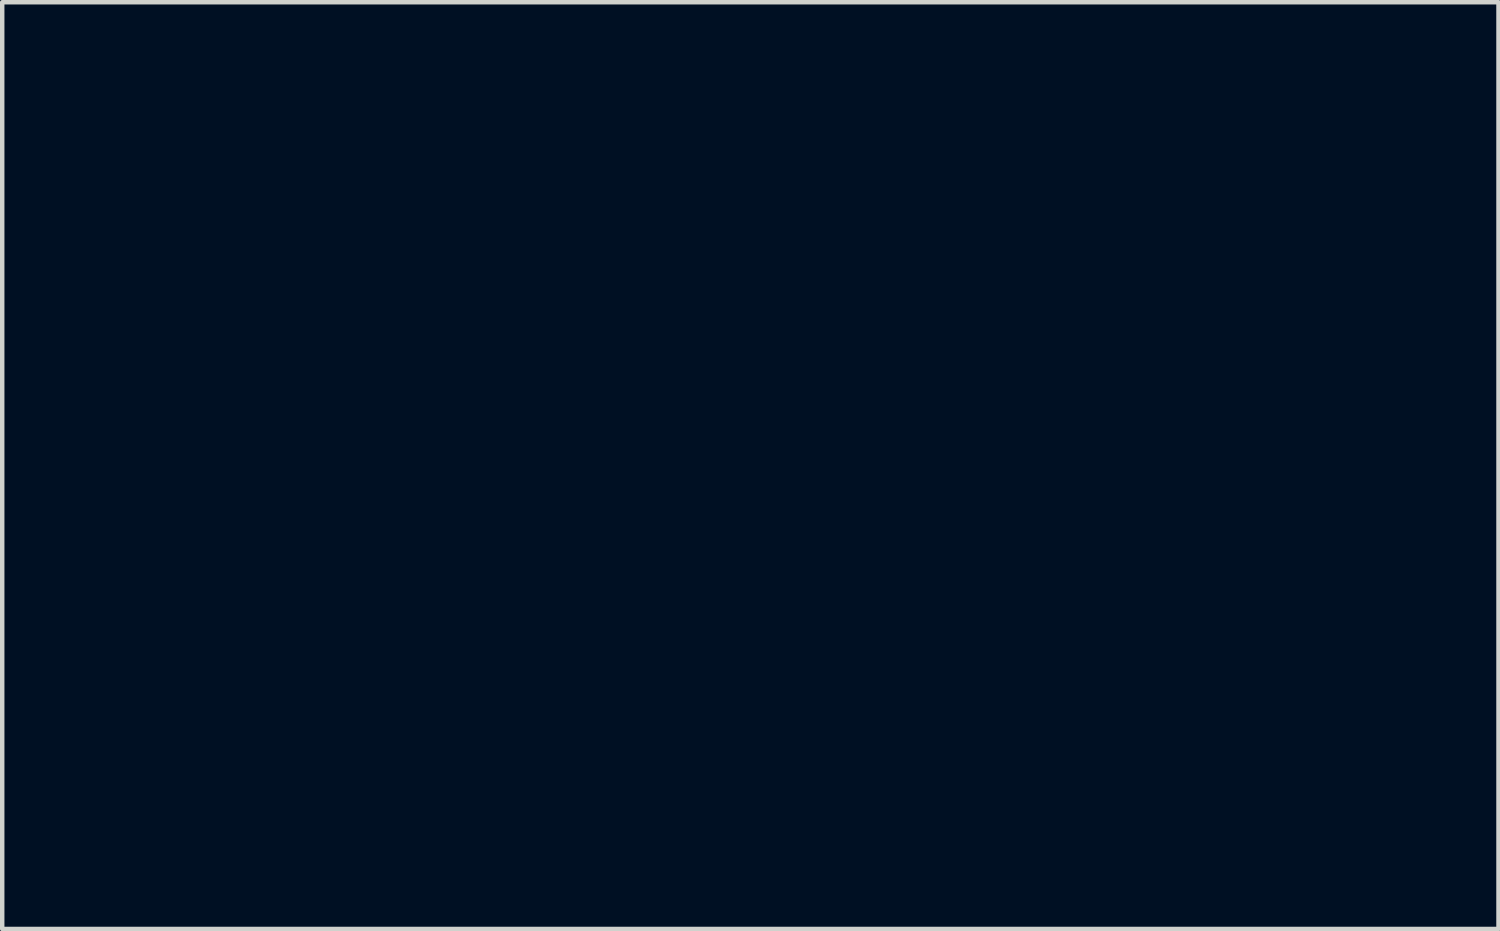
<source format=kicad_pcb>
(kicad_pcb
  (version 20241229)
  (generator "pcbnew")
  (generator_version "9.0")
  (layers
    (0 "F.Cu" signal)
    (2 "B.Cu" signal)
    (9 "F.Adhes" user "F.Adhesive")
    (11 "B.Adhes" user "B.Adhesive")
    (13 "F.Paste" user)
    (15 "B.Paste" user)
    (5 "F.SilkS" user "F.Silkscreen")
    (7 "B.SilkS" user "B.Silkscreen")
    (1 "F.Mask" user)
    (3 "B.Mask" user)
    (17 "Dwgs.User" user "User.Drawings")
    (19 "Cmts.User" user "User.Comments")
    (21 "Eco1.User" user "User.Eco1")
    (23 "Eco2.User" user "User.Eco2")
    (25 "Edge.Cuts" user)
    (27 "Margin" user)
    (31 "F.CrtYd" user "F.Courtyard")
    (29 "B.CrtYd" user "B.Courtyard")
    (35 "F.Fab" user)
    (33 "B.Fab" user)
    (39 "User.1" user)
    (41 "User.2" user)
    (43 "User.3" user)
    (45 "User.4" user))
  (footprint "mask"
    (layer "F.Cu")
    (at 14.497 3.902)
    (property "Reference" "mask" (at 0 0 0) (layer "F.Mask") (effects (font (size 1.524 1.524) (thickness 0.3))))
    (attr through_hole)
    (fp_poly (pts (xy 0.349 -1.258) (xy 0.654 -1.133) (xy 0.921 -0.931) (xy 1.137 -0.656) (xy 1.201 -0.534) (xy 1.305 -0.2) (xy 1.321 0.146) (xy 1.254 0.483) (xy 1.108 0.79) (xy 0.888 1.048) (xy 0.822 1.102) (xy 0.52 1.272) (xy 0.177 1.361) (xy -0.178 1.365) (xy -0.476 1.297) (xy -0.77 1.141) (xy -1.017 0.909) (xy -1.204 0.62) (xy -1.315 0.297) (xy -1.341 0.063) (xy -1.303 -0.297) (xy -1.178 -0.612) (xy -0.959 -0.892) (xy -0.917 -0.932) (xy -0.625 -1.143) (xy -0.306 -1.266) (xy 0.024 -1.303) (xy 0.349 -1.258)) (stroke (width 0.01) (type solid)) (fill yes) (layer "F.Mask"))
    (fp_poly (pts (xy 0.433 -3.885) (xy 1.033 -3.778) (xy 1.596 -3.575) (xy 2.124 -3.278) (xy 2.618 -2.885) (xy 2.833 -2.672) (xy 3.21 -2.21) (xy 3.509 -1.705) (xy 3.726 -1.17) (xy 3.861 -0.617) (xy 3.91 -0.058) (xy 3.871 0.494) (xy 3.742 1.028) (xy 3.608 1.36) (xy 3.293 1.914) (xy 2.895 2.425) (xy 2.429 2.878) (xy 1.91 3.26) (xy 1.455 3.509) (xy 1.267 3.585) (xy 1.018 3.67) (xy 0.749 3.75) (xy 0.594 3.79) (xy 0.238 3.892) (xy -0.033 4.004) (xy -0.236 4.137) (xy -0.385 4.301) (xy -0.463 4.432) (xy -0.527 4.573) (xy -0.606 4.775) (xy -0.694 5.017) (xy -0.784 5.278) (xy -0.869 5.534) (xy -0.94 5.766) (xy -0.991 5.95) (xy -1.015 6.066) (xy -1.016 6.08) (xy -0.968 6.207) (xy -0.828 6.305) (xy -0.606 6.371) (xy -0.559 6.379) (xy -0.423 6.402) (xy -0.215 6.443) (xy 0.039 6.495) (xy 0.312 6.554) (xy 0.355 6.563) (xy 1.086 6.711) (xy 1.749 6.815) (xy 2.364 6.88) (xy 2.955 6.907) (xy 3.114 6.909) (xy 3.626 6.894) (xy 4.1 6.846) (xy 4.558 6.759) (xy 5.022 6.628) (xy 5.511 6.448) (xy 6.048 6.212) (xy 6.343 6.07) (xy 6.69 5.893) (xy 7.056 5.696) (xy 7.427 5.487) (xy 7.786 5.276) (xy 8.12 5.071) (xy 8.413 4.881) (xy 8.65 4.717) (xy 8.816 4.586) (xy 8.853 4.551) (xy 8.92 4.429) (xy 8.96 4.225) (xy 8.973 3.936) (xy 8.959 3.559) (xy 8.917 3.092) (xy 8.847 2.532) (xy 8.75 1.878) (xy 8.708 1.612) (xy 8.631 1.118) (xy 8.578 0.697) (xy 8.548 0.323) (xy 8.539 -0.028) (xy 8.551 -0.384) (xy 8.582 -0.768) (xy 8.613 -1.042) (xy 8.64 -1.315) (xy 8.658 -1.575) (xy 8.665 -1.792) (xy 8.659 -1.939) (xy 8.659 -1.943) (xy 8.651 -2.116) (xy 8.694 -2.208) (xy 8.8 -2.226) (xy 8.966 -2.184) (xy 9.134 -2.096) (xy 9.24 -1.975) (xy 9.278 -1.842) (xy 9.243 -1.72) (xy 9.128 -1.63) (xy 9.113 -1.624) (xy 9.04 -1.584) (xy 8.983 -1.517) (xy 8.936 -1.409) (xy 8.897 -1.247) (xy 8.861 -1.016) (xy 8.824 -0.702) (xy 8.81 -0.562) (xy 8.774 -0.093) (xy 8.771 0.296) (xy 8.802 0.625) (xy 8.87 0.91) (xy 8.939 1.092) (xy 9.001 1.227) (xy 9.062 1.327) (xy 9.137 1.397) (xy 9.243 1.441) (xy 9.393 1.464) (xy 9.603 1.471) (xy 9.889 1.466) (xy 10.147 1.457) (xy 10.682 1.429) (xy 11.128 1.386) (xy 11.482 1.329) (xy 11.74 1.257) (xy 11.867 1.195) (xy 12.016 1.126) (xy 12.131 1.145) (xy 12.215 1.231) (xy 12.287 1.408) (xy 12.259 1.585) (xy 12.198 1.682) (xy 12.102 1.8) (xy 11.923 1.704) (xy 11.839 1.662) (xy 11.757 1.639) (xy 11.655 1.631) (xy 11.51 1.639) (xy 11.297 1.661) (xy 11.168 1.677) (xy 10.886 1.704) (xy 10.545 1.727) (xy 10.19 1.743) (xy 9.866 1.75) (xy 9.569 1.753) (xy 9.358 1.76) (xy 9.219 1.774) (xy 9.136 1.795) (xy 9.095 1.825) (xy 9.092 1.829) (xy 9.056 1.954) (xy 9.047 2.17) (xy 9.064 2.468) (xy 9.107 2.841) (xy 9.118 2.921) (xy 9.152 3.208) (xy 9.178 3.525) (xy 9.192 3.816) (xy 9.193 3.892) (xy 9.206 4.282) (xy 9.244 4.594) (xy 9.313 4.849) (xy 9.416 5.068) (xy 9.472 5.156) (xy 9.642 5.422) (xy 9.754 5.65) (xy 9.819 5.877) (xy 9.849 6.137) (xy 9.854 6.364) (xy 9.866 6.692) (xy 9.903 6.939) (xy 9.971 7.125) (xy 10.075 7.27) (xy 10.11 7.305) (xy 10.16 7.345) (xy 10.221 7.373) (xy 10.311 7.392) (xy 10.447 7.403) (xy 10.645 7.408) (xy 10.923 7.409) (xy 11.017 7.408) (xy 11.34 7.412) (xy 11.673 7.422) (xy 11.982 7.438) (xy 12.233 7.458) (xy 12.288 7.464) (xy 12.52 7.489) (xy 12.677 7.497) (xy 12.78 7.488) (xy 12.856 7.46) (xy 12.883 7.443) (xy 13.031 7.374) (xy 13.132 7.393) (xy 13.188 7.497) (xy 13.197 7.638) (xy 13.16 7.763) (xy 13.094 7.84) (xy 13.016 7.846) (xy 12.817 7.782) (xy 12.553 7.728) (xy 12.243 7.685) (xy 11.908 7.654) (xy 11.565 7.636) (xy 11.234 7.632) (xy 10.935 7.642) (xy 10.686 7.667) (xy 10.506 7.708) (xy 10.439 7.741) (xy 10.401 7.779) (xy 10.392 7.831) (xy 10.418 7.918) (xy 10.482 8.06) (xy 10.554 8.207) (xy 10.666 8.44) (xy 10.775 8.687) (xy 10.861 8.899) (xy 10.871 8.927) (xy 10.952 9.131) (xy 11.027 9.26) (xy 11.115 9.337) (xy 11.235 9.385) (xy 11.258 9.391) (xy 11.406 9.466) (xy 11.469 9.576) (xy 11.449 9.706) (xy 11.349 9.839) (xy 11.18 9.955) (xy 10.956 10.045) (xy 10.795 10.056) (xy 10.696 9.987) (xy 10.66 9.838) (xy 10.684 9.61) (xy 10.712 9.432) (xy 10.708 9.27) (xy 10.671 9.076) (xy 10.652 9.003) (xy 10.563 8.723) (xy 10.445 8.434) (xy 10.307 8.153) (xy 10.16 7.896) (xy 10.012 7.68) (xy 9.872 7.519) (xy 9.752 7.43) (xy 9.7 7.417) (xy 9.542 7.464) (xy 9.366 7.598) (xy 9.182 7.805) (xy 8.997 8.074) (xy 8.817 8.393) (xy 8.652 8.749) (xy 8.508 9.129) (xy 8.403 9.487) (xy 8.324 9.84) (xy 8.289 10.12) (xy 8.296 10.345) (xy 8.345 10.536) (xy 8.38 10.613) (xy 8.439 10.738) (xy 8.452 10.809) (xy 8.418 10.863) (xy 8.389 10.891) (xy 8.252 10.954) (xy 8.069 10.966) (xy 7.879 10.924) (xy 7.811 10.893) (xy 7.698 10.795) (xy 7.684 10.675) (xy 7.768 10.532) (xy 7.814 10.481) (xy 7.896 10.377) (xy 7.966 10.231) (xy 8.033 10.02) (xy 8.075 9.855) (xy 8.212 9.326) (xy 8.349 8.875) (xy 8.496 8.477) (xy 8.664 8.109) (xy 8.861 7.747) (xy 9.097 7.367) (xy 9.116 7.338) (xy 9.319 7.016) (xy 9.46 6.749) (xy 9.548 6.517) (xy 9.589 6.301) (xy 9.59 6.081) (xy 9.587 6.038) (xy 9.52 5.727) (xy 9.372 5.429) (xy 9.133 5.128) (xy 9.124 5.118) (xy 9.057 5.047) (xy 8.998 4.997) (xy 8.935 4.972) (xy 8.857 4.977) (xy 8.75 5.015) (xy 8.603 5.091) (xy 8.403 5.209) (xy 8.14 5.372) (xy 7.866 5.544) (xy 7.143 5.979) (xy 6.479 6.338) (xy 5.867 6.625) (xy 5.346 6.827) (xy 4.961 6.954) (xy 4.626 7.048) (xy 4.313 7.114) (xy 3.994 7.155) (xy 3.639 7.177) (xy 3.22 7.183) (xy 3.073 7.183) (xy 2.662 7.175) (xy 2.253 7.156) (xy 1.835 7.125) (xy 1.395 7.078) (xy 0.921 7.015) (xy 0.403 6.935) (xy -0.173 6.835) (xy -0.819 6.713) (xy -1.545 6.569) (xy -1.905 6.496) (xy -2.463 6.38) (xy -2.938 6.281) (xy -3.347 6.192) (xy -3.704 6.109) (xy -4.028 6.029) (xy -4.334 5.946) (xy -4.639 5.856) (xy -4.959 5.754) (xy -5.311 5.637) (xy -5.711 5.498) (xy -6.175 5.335) (xy -6.299 5.291) (xy -6.643 5.185) (xy -7.028 5.095) (xy -7.463 5.021) (xy -7.955 4.963) (xy -8.515 4.919) (xy -9.149 4.889) (xy -9.868 4.871) (xy -10.644 4.865) (xy -11.108 4.866) (xy -11.605 4.87) (xy -12.108 4.876) (xy -12.589 4.883) (xy -13.021 4.893) (xy -13.356 4.902) (xy -14.492 4.94) (xy -14.455 4.743) (xy -14.426 4.612) (xy -14.398 4.53) (xy -14.393 4.521) (xy -14.339 4.517) (xy -14.193 4.512) (xy -13.963 4.508) (xy -13.659 4.504) (xy -13.29 4.501) (xy -12.865 4.499) (xy -12.393 4.497) (xy -11.884 4.496) (xy -11.489 4.496) (xy -10.704 4.497) (xy -10.01 4.502) (xy -9.4 4.51) (xy -8.864 4.524) (xy -8.392 4.544) (xy -7.976 4.57) (xy -7.606 4.604) (xy -7.273 4.646) (xy -6.968 4.698) (xy -6.682 4.759) (xy -6.404 4.832) (xy -6.127 4.917) (xy -5.841 5.015) (xy -5.791 5.032) (xy -5.213 5.232) (xy -4.644 5.412) (xy -4.094 5.572) (xy -3.572 5.709) (xy -3.088 5.822) (xy -2.651 5.907) (xy -2.271 5.964) (xy -1.957 5.989) (xy -1.719 5.982) (xy -1.572 5.942) (xy -1.459 5.832) (xy -1.345 5.624) (xy -1.233 5.324) (xy -1.138 4.99) (xy -1.065 4.674) (xy -1.027 4.434) (xy -1.024 4.25) (xy -1.054 4.102) (xy -1.091 4.016) (xy -1.169 3.907) (xy -1.313 3.757) (xy -1.527 3.561) (xy -1.816 3.317) (xy -2.184 3.019) (xy -2.286 2.938) (xy -2.769 2.526) (xy -3.158 2.121) (xy -3.46 1.714) (xy -3.679 1.292) (xy -3.823 0.846) (xy -3.834 0.78) (xy -2.633 0.78) (xy -2.531 1.038) (xy -2.472 1.184) (xy -2.428 1.285) (xy -2.412 1.313) (xy -2.358 1.312) (xy -2.232 1.291) (xy -2.066 1.256) (xy -1.737 1.181) (xy -1.45 1.471) (xy -1.163 1.761) (xy -1.238 2.087) (xy -1.272 2.256) (xy -1.29 2.383) (xy -1.287 2.438) (xy -1.227 2.472) (xy -1.109 2.525) (xy -0.972 2.581) (xy -0.855 2.624) (xy -0.8 2.639) (xy -0.755 2.601) (xy -0.677 2.498) (xy -0.605 2.388) (xy -0.448 2.134) (xy -0.008 2.134) (xy 0.432 2.134) (xy 0.581 2.375) (xy 0.665 2.511) (xy 0.725 2.606) (xy 0.744 2.636) (xy 0.795 2.628) (xy 0.911 2.59) (xy 1.034 2.543) (xy 1.309 2.431) (xy 1.233 2.099) (xy 1.158 1.767) (xy 1.43 1.489) (xy 1.552 1.365) (xy 1.641 1.286) (xy 1.725 1.246) (xy 1.83 1.24) (xy 1.982 1.261) (xy 2.208 1.302) (xy 2.209 1.302) (xy 2.315 1.315) (xy 2.381 1.293) (xy 2.435 1.213) (xy 2.488 1.094) (xy 2.547 0.951) (xy 2.584 0.848) (xy 2.591 0.819) (xy 2.551 0.776) (xy 2.447 0.701) (xy 2.338 0.633) (xy 2.085 0.483) (xy 2.083 -0.398) (xy 2.337 -0.554) (xy 2.473 -0.645) (xy 2.565 -0.72) (xy 2.591 -0.755) (xy 2.572 -0.824) (xy 2.523 -0.951) (xy 2.486 -1.037) (xy 2.409 -1.185) (xy 2.343 -1.248) (xy 2.295 -1.249) (xy 2.197 -1.223) (xy 2.044 -1.187) (xy 1.959 -1.168) (xy 1.708 -1.113) (xy 1.434 -1.386) (xy 1.161 -1.659) (xy 1.243 -1.974) (xy 1.281 -2.144) (xy 1.3 -2.275) (xy 1.297 -2.335) (xy 1.236 -2.378) (xy 1.114 -2.437) (xy 1.034 -2.469) (xy 0.798 -2.559) (xy 0.678 -2.41) (xy 0.592 -2.289) (xy 0.536 -2.189) (xy 0.532 -2.179) (xy 0.477 -2.124) (xy 0.343 -2.085) (xy 0.195 -2.065) (xy -0.052 -2.04) (xy -0.222 -2.034) (xy -0.337 -2.053) (xy -0.422 -2.105) (xy -0.5 -2.197) (xy -0.576 -2.309) (xy -0.76 -2.586) (xy -1.015 -2.48) (xy -1.156 -2.412) (xy -1.249 -2.35) (xy -1.27 -2.32) (xy -1.26 -2.245) (xy -1.235 -2.104) (xy -1.209 -1.971) (xy -1.148 -1.675) (xy -1.399 -1.418) (xy -1.519 -1.299) (xy -1.616 -1.223) (xy -1.715 -1.186) (xy -1.842 -1.182) (xy -2.021 -1.207) (xy -2.236 -1.246) (xy -2.343 -1.261) (xy -2.406 -1.241) (xy -2.454 -1.164) (xy -2.503 -1.033) (xy -2.553 -0.888) (xy -2.585 -0.785) (xy -2.591 -0.757) (xy -2.551 -0.716) (xy -2.448 -0.641) (xy -2.337 -0.568) (xy -2.083 -0.411) (xy -2.083 0.452) (xy -2.633 0.78) (xy -3.834 0.78) (xy -3.898 0.365) (xy -3.912 0.015) (xy -3.886 -0.47) (xy -3.804 -0.917) (xy -3.656 -1.362) (xy -3.504 -1.702) (xy -3.183 -2.252) (xy -2.793 -2.73) (xy -2.339 -3.134) (xy -1.828 -3.457) (xy -1.269 -3.696) (xy -0.666 -3.846) (xy -0.202 -3.897) (xy 0.433 -3.885)) (stroke (width 0.01) (type solid)) (fill yes) (layer "F.Mask")))
  (gr_rect
    (start -3 -3)
    (end 30.698 17.872)
    (stroke (width 0.1) (type default))
    (fill no)
    (layer "Edge.Cuts")))
</source>
